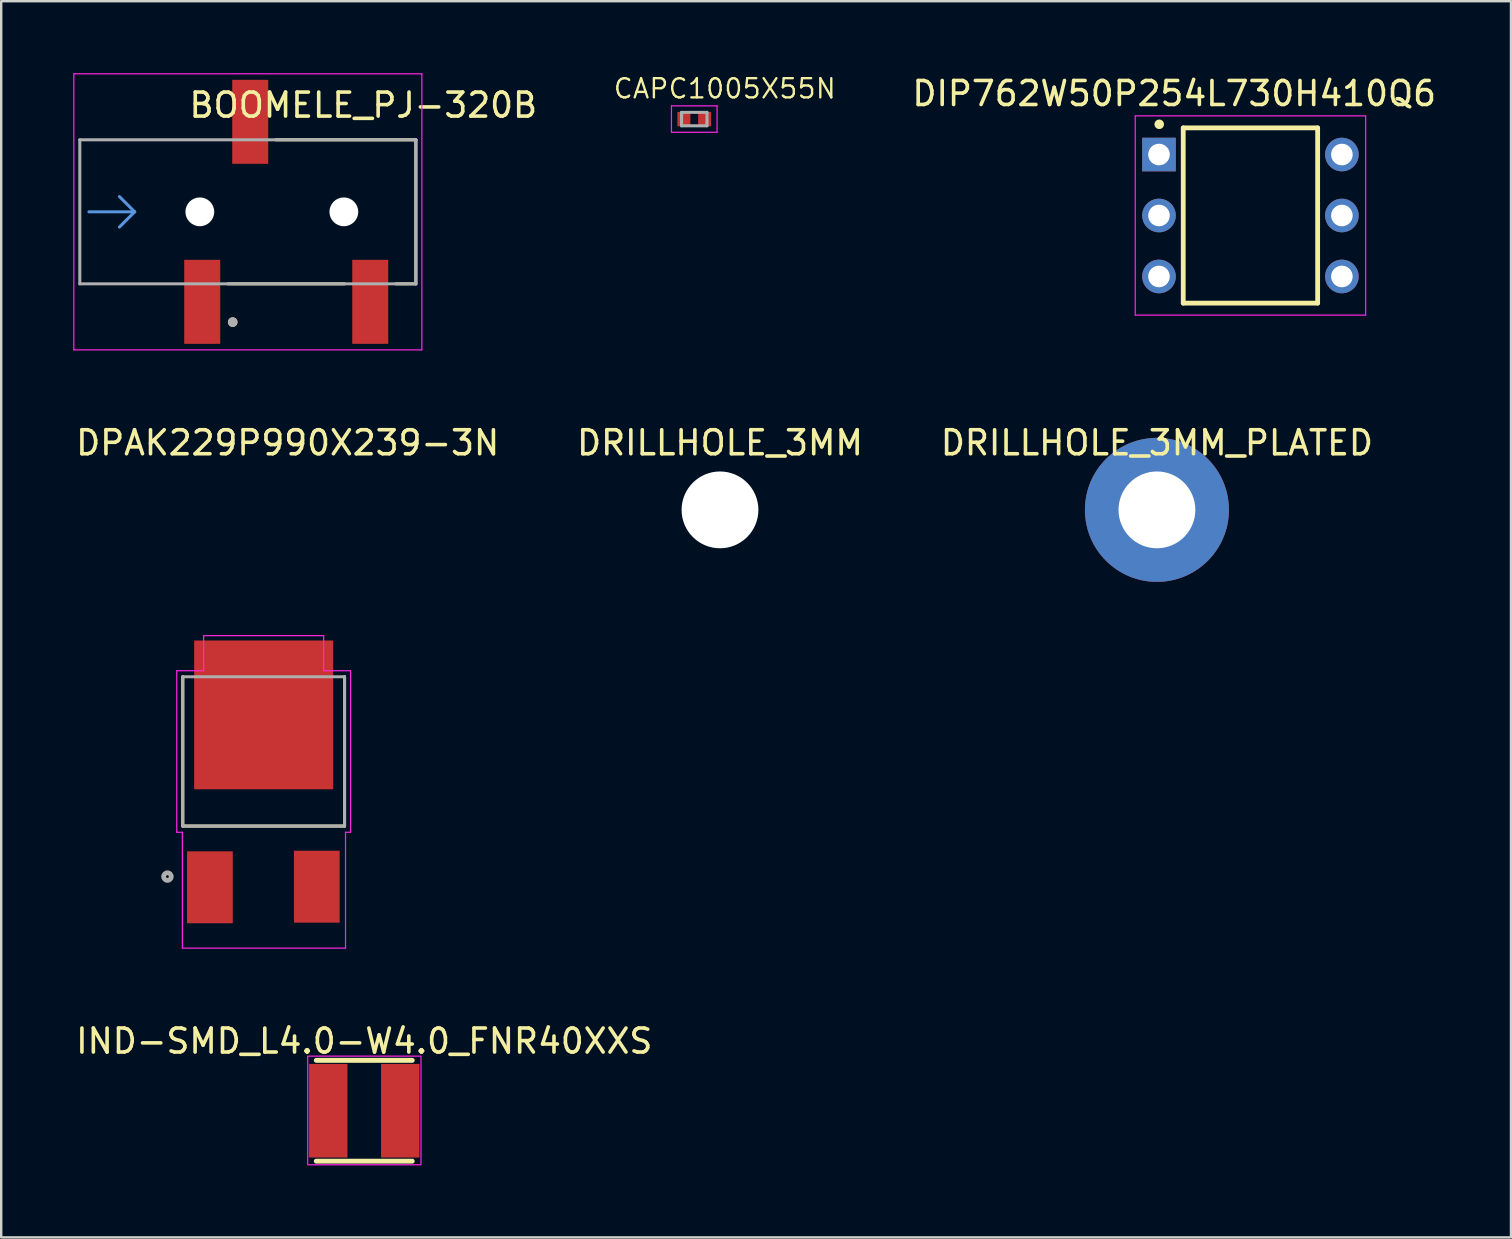
<source format=kicad_pcb>
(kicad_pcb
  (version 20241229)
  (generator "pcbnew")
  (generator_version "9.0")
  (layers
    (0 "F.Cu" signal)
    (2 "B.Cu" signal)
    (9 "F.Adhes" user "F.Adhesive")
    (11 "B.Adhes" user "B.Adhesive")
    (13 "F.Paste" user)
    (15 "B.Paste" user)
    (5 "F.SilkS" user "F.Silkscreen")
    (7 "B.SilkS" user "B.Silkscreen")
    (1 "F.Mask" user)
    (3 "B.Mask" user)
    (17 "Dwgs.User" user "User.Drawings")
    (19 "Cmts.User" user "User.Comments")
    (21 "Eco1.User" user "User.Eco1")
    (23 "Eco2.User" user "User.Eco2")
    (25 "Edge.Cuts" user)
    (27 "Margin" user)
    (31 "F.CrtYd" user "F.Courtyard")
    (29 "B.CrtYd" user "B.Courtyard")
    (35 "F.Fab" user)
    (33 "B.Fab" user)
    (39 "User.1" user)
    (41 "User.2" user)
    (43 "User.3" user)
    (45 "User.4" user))
  (footprint "CAPC1005X55N"
    (layer "F.Cu")
    (at 25.874 1.911)
    (property "Reference" "CAPC1005X55N" (at 1.27 -1.27 0) (layer "F.SilkS") (effects (font (size 0.8 0.8) (thickness 0.098))))
    (attr smd)
    (fp_line (start -0.95 -0.55) (end 0.95 -0.55) (stroke (width 0.05) (type solid)) (layer "F.CrtYd"))
    (fp_line (start -0.95 0.55) (end -0.95 -0.55) (stroke (width 0.05) (type solid)) (layer "F.CrtYd"))
    (fp_line (start -0.95 0.55) (end 0.95 0.55) (stroke (width 0.05) (type solid)) (layer "F.CrtYd"))
    (fp_line (start 0.95 0.55) (end 0.95 -0.55) (stroke (width 0.05) (type solid)) (layer "F.CrtYd"))
    (fp_line (start -0.53 0.28) (end -0.53 -0.28) (stroke (width 0.127) (type solid)) (layer "F.Fab"))
    (fp_line (start 0.53 -0.28) (end -0.53 -0.28) (stroke (width 0.127) (type solid)) (layer "F.Fab"))
    (fp_line (start 0.53 0.28) (end -0.53 0.28) (stroke (width 0.127) (type solid)) (layer "F.Fab"))
    (fp_line (start 0.53 0.28) (end 0.53 -0.28) (stroke (width 0.127) (type solid)) (layer "F.Fab"))
    (pad "1" smd rect (at -0.432 0) (size 0.54 0.6) (layers "F.Cu" "F.Mask" "F.Paste"))
    (pad "2" smd rect (at 0.432 0) (size 0.54 0.6) (layers "F.Cu" "F.Mask" "F.Paste")))
  (footprint "DRILLHOLE_3MM"
    (layer "F.Cu")
    (at 26.946 18.192)
    (property "Reference" "DRILLHOLE_3MM" (at 0 -2.794 0) (layer "F.SilkS") (effects (font (size 1 1) (thickness 0.15))))
    (attr through_hole)
    (pad "" np_thru_hole circle (at 0 0) (size 3.2 3.2) (drill 3.2) (layers "*.Cu" "*.Mask")))
  (footprint "DIP762W50P254L730H410Q6"
    (layer "F.Cu")
    (at 49.045 5.928)
    (property "Reference" "DIP762W50P254L730H410Q6" (at -3.175 -5.08 0) (layer "F.SilkS") (effects (font (size 1 1) (thickness 0.15))))
    (attr smd)
    (fp_line (start -2.8 -3.65) (end 2.8 -3.65) (stroke (width 0.2) (type solid)) (layer "F.SilkS"))
    (fp_line (start -2.8 3.65) (end -2.8 -3.65) (stroke (width 0.2) (type solid)) (layer "F.SilkS"))
    (fp_line (start 2.8 -3.65) (end 2.8 3.65) (stroke (width 0.2) (type solid)) (layer "F.SilkS"))
    (fp_line (start 2.8 3.65) (end -2.8 3.65) (stroke (width 0.2) (type solid)) (layer "F.SilkS"))
    (fp_circle (center -3.8 -3.8) (end -3.7 -3.8) (stroke (width 0.2) (type solid)) (fill no) (layer "F.SilkS"))
    (fp_line (start -4.8 -4.15) (end 4.8 -4.15) (stroke (width 0.05) (type solid)) (layer "F.CrtYd"))
    (fp_line (start -4.8 4.15) (end -4.8 -4.15) (stroke (width 0.05) (type solid)) (layer "F.CrtYd"))
    (fp_line (start 4.8 -4.15) (end 4.8 4.15) (stroke (width 0.05) (type solid)) (layer "F.CrtYd"))
    (fp_line (start 4.8 4.15) (end -4.8 4.15) (stroke (width 0.05) (type solid)) (layer "F.CrtYd"))
    (pad "1" thru_hole rect (at -3.81 -2.54) (size 1.4 1.4) (drill 0.9) (layers "*.Cu" "*.Mask"))
    (pad "2" thru_hole circle (at -3.81 0) (size 1.4 1.4) (drill 0.9) (layers "*.Cu" "*.Mask"))
    (pad "3" thru_hole circle (at -3.81 2.54) (size 1.4 1.4) (drill 0.9) (layers "*.Cu" "*.Mask"))
    (pad "4" thru_hole circle (at 3.81 2.54) (size 1.4 1.4) (drill 0.9) (layers "*.Cu" "*.Mask"))
    (pad "5" thru_hole circle (at 3.81 0) (size 1.4 1.4) (drill 0.9) (layers "*.Cu" "*.Mask"))
    (pad "6" thru_hole circle (at 3.81 -2.54) (size 1.4 1.4) (drill 0.9) (layers "*.Cu" "*.Mask")))
  (footprint "BOOMELE_PJ-320B"
    (layer "F.Cu")
    (at 8.275 5.775)
    (property "Reference" "BOOMELE_PJ-320B" (at 3.81 -4.445 0) (layer "F.SilkS") (effects (font (size 1 1) (thickness 0.15))))
    (attr through_hole)
    (fp_line (start -1.83 3) (end 3.03 3) (stroke (width 0.127) (type solid)) (layer "F.SilkS"))
    (fp_line (start 0.17 -3) (end 6 -3) (stroke (width 0.127) (type solid)) (layer "F.SilkS"))
    (fp_line (start 6 -3) (end 6 3) (stroke (width 0.127) (type solid)) (layer "F.SilkS"))
    (fp_line (start 6 3) (end 5.17 3) (stroke (width 0.127) (type solid)) (layer "F.SilkS"))
    (fp_circle (center -1.63 4.595) (end -1.53 4.595) (stroke (width 0.2) (type solid)) (fill no) (layer "F.SilkS"))
    (fp_line (start -7.62 0) (end -5.715 0) (stroke (width 0.127) (type solid)) (layer "Cmts.User"))
    (fp_line (start -5.715 0) (end -6.35 -0.635) (stroke (width 0.127) (type solid)) (layer "Cmts.User"))
    (fp_line (start -5.715 0) (end -6.35 0.635) (stroke (width 0.127) (type solid)) (layer "Cmts.User"))
    (fp_line (start -8.25 -5.75) (end -8.25 5.75) (stroke (width 0.05) (type solid)) (layer "F.CrtYd"))
    (fp_line (start -8.25 5.75) (end 6.25 5.75) (stroke (width 0.05) (type solid)) (layer "F.CrtYd"))
    (fp_line (start 6.25 -5.75) (end -8.25 -5.75) (stroke (width 0.05) (type solid)) (layer "F.CrtYd"))
    (fp_line (start 6.25 5.75) (end 6.25 -5.75) (stroke (width 0.05) (type solid)) (layer "F.CrtYd"))
    (fp_line (start -8 -3) (end 6 -3) (stroke (width 0.127) (type solid)) (layer "F.Fab"))
    (fp_line (start -8 3) (end -8 -3) (stroke (width 0.127) (type solid)) (layer "F.Fab"))
    (fp_line (start 6 -3) (end 6 3) (stroke (width 0.127) (type solid)) (layer "F.Fab"))
    (fp_line (start 6 3) (end -8 3) (stroke (width 0.127) (type solid)) (layer "F.Fab"))
    (fp_circle (center -1.63 4.595) (end -1.53 4.595) (stroke (width 0.2) (type solid)) (fill no) (layer "F.Fab"))
    (pad "" np_thru_hole circle (at -3 0) (size 1.2 1.2) (drill 1.2) (layers "*.Cu" "*.Mask"))
    (pad "" np_thru_hole circle (at 3 0) (size 1.2 1.2) (drill 1.2) (layers "*.Cu" "*.Mask"))
    (pad "1" smd rect (at -2.9 3.75) (size 1.5 3.5) (layers "F.Cu" "F.Mask" "F.Paste"))
    (pad "2" smd rect (at -0.9 -3.75) (size 1.5 3.5) (layers "F.Cu" "F.Mask" "F.Paste"))
    (pad "3" smd rect (at 4.1 3.75) (size 1.5 3.5) (layers "F.Cu" "F.Mask" "F.Paste")))
  (footprint "DPAK229P990X239-3N"
    (layer "F.Cu")
    (at 7.934 29.243)
    (property "Reference" "DPAK229P990X239-3N" (at 1.001 -13.845 0) (layer "F.SilkS") (effects (font (size 1 1) (thickness 0.15))))
    (attr through_hole)
    (fp_line (start -3.37 2.123) (end -3.37 -4.098) (stroke (width 0.127) (type solid)) (layer "F.SilkS"))
    (fp_line (start 3.37 -4.098) (end 3.37 2.123) (stroke (width 0.127) (type solid)) (layer "F.SilkS"))
    (fp_line (start 3.37 2.123) (end -3.37 2.123) (stroke (width 0.127) (type solid)) (layer "F.SilkS"))
    (fp_poly (pts (xy -1.615 -4.935) (xy -0.315 -4.935) (xy -0.315 -2.825) (xy -1.615 -2.825)) (stroke (width 0.01) (type solid)) (fill yes) (layer "F.Paste"))
    (fp_poly (pts (xy -1.615 -2.195) (xy -0.315 -2.195) (xy -0.315 -0.085) (xy -1.615 -0.085)) (stroke (width 0.01) (type solid)) (fill yes) (layer "F.Paste"))
    (fp_poly (pts (xy 0.29 -4.91) (xy 1.59 -4.91) (xy 1.59 -2.8) (xy 0.29 -2.8)) (stroke (width 0.01) (type solid)) (fill yes) (layer "F.Paste"))
    (fp_poly (pts (xy 0.315 -2.195) (xy 1.615 -2.195) (xy 1.615 -0.085) (xy 0.315 -0.085)) (stroke (width 0.01) (type solid)) (fill yes) (layer "F.Paste"))
    (fp_line (start -3.62 -4.35) (end -2.5 -4.35) (stroke (width 0.05) (type solid)) (layer "F.CrtYd"))
    (fp_line (start -3.62 2.38) (end -3.62 -4.35) (stroke (width 0.05) (type solid)) (layer "F.CrtYd"))
    (fp_line (start -3.386 2.38) (end -3.62 2.38) (stroke (width 0.05) (type solid)) (layer "F.CrtYd"))
    (fp_line (start -3.386 7.207) (end -3.386 2.38) (stroke (width 0.05) (type solid)) (layer "F.CrtYd"))
    (fp_line (start -2.5 -5.81) (end 2.5 -5.81) (stroke (width 0.05) (type solid)) (layer "F.CrtYd"))
    (fp_line (start -2.5 -4.35) (end -2.5 -5.81) (stroke (width 0.05) (type solid)) (layer "F.CrtYd"))
    (fp_line (start 2.5 -5.81) (end 2.5 -4.35) (stroke (width 0.05) (type solid)) (layer "F.CrtYd"))
    (fp_line (start 2.5 -4.35) (end 3.62 -4.35) (stroke (width 0.05) (type solid)) (layer "F.CrtYd"))
    (fp_line (start 3.411 2.38) (end 3.411 7.207) (stroke (width 0.05) (type solid)) (layer "F.CrtYd"))
    (fp_line (start 3.411 7.207) (end -3.386 7.207) (stroke (width 0.05) (type solid)) (layer "F.CrtYd"))
    (fp_line (start 3.62 -4.35) (end 3.62 2.38) (stroke (width 0.05) (type solid)) (layer "F.CrtYd"))
    (fp_line (start 3.62 2.38) (end 3.411 2.38) (stroke (width 0.05) (type solid)) (layer "F.CrtYd"))
    (fp_line (start -3.37 -4.098) (end 3.37 -4.098) (stroke (width 0.127) (type solid)) (layer "F.Fab"))
    (fp_line (start -3.37 2.123) (end -3.37 -4.098) (stroke (width 0.127) (type solid)) (layer "F.Fab"))
    (fp_line (start 3.37 -4.098) (end 3.37 2.123) (stroke (width 0.127) (type solid)) (layer "F.Fab"))
    (fp_line (start 3.37 2.123) (end -3.37 2.123) (stroke (width 0.127) (type solid)) (layer "F.Fab"))
    (fp_circle (center -4.008 4.227) (end -3.85 4.227) (stroke (width 0.2) (type solid)) (fill no) (layer "F.Fab"))
    (pad "1" smd rect (at -2.239 4.673) (size 1.905 2.997) (layers "F.Cu" "F.Mask" "F.Paste"))
    (pad "2" smd rect (at 0 -2.51) (size 5.791 6.198) (layers "F.Cu" "F.Mask"))
    (pad "3" smd rect (at 2.214 4.648) (size 1.905 2.997) (layers "F.Cu" "F.Mask" "F.Paste")))
  (footprint "IND-SMD_L4.0-W4.0_FNR40XXS"
    (layer "F.Cu")
    (at 12.125 43.225)
    (property "Reference" "IND-SMD_L4.0-W4.0_FNR40XXS" (at 0 -2.901 0) (layer "F.SilkS") (effects (font (size 1 1) (thickness 0.15))))
    (fp_line (start -2 -2.1) (end 2 -2.1) (stroke (width 0.203) (type default)) (layer "F.SilkS"))
    (fp_line (start -2 2.1) (end 2 2.1) (stroke (width 0.203) (type default)) (layer "F.SilkS"))
    (fp_rect (start -2.356 -2.276) (end 2.364 2.252) (stroke (width 0.05) (type default)) (fill no) (layer "F.CrtYd"))
    (fp_poly (pts (xy -1.05 -1.65) (xy -1.05 1.65) (xy -2.001 1.65) (xy -2.001 -1.65)) (stroke (width 0.1) (type default)) (fill no) (layer "User.1"))
    (fp_poly (pts (xy 2.001 -1.65) (xy 2.001 1.65) (xy 1.05 1.65) (xy 1.05 -1.65)) (stroke (width 0.1) (type default)) (fill no) (layer "User.1"))
    (fp_line (start -2 -2) (end 2 -2) (stroke (width 0.051) (type default)) (layer "User.2"))
    (fp_line (start -2 2) (end -2 -2) (stroke (width 0.051) (type default)) (layer "User.2"))
    (fp_line (start 2 -2) (end 2 2) (stroke (width 0.051) (type default)) (layer "User.2"))
    (fp_line (start 2 2) (end -2 2) (stroke (width 0.051) (type default)) (layer "User.2"))
    (fp_poly (pts (xy -1.945 1.98) (xy -1.977 1.948) (xy -2.023 1.948) (xy -2.055 1.98) (xy -2.055 2.026) (xy -2.023 2.058) (xy -1.977 2.058) (xy -1.945 2.026)) (stroke (width 0.1) (type default)) (fill no) (layer "User.3"))
    (pad "1" smd rect (at -1.5 0) (size 1.6 3.9) (layers "F.Cu" "F.Mask" "F.Paste"))
    (pad "2" smd rect (at 1.5 0) (size 1.6 3.9) (layers "F.Cu" "F.Mask" "F.Paste")))
  (footprint "DRILLHOLE_3MM_PLATED"
    (layer "F.Cu")
    (at 45.149 18.192)
    (property "Reference" "DRILLHOLE_3MM_PLATED" (at 0 -2.794 0) (layer "F.SilkS") (effects (font (size 1 1) (thickness 0.15))))
    (attr through_hole)
    (pad "" thru_hole circle (at 0 0) (size 6 6) (drill 3.2) (layers "*.Cu" "*.Mask")))
  (gr_rect
    (start -3 -3)
    (end 59.9 48.502)
    (stroke (width 0.1) (type default))
    (fill no)
    (layer "Edge.Cuts")))
</source>
